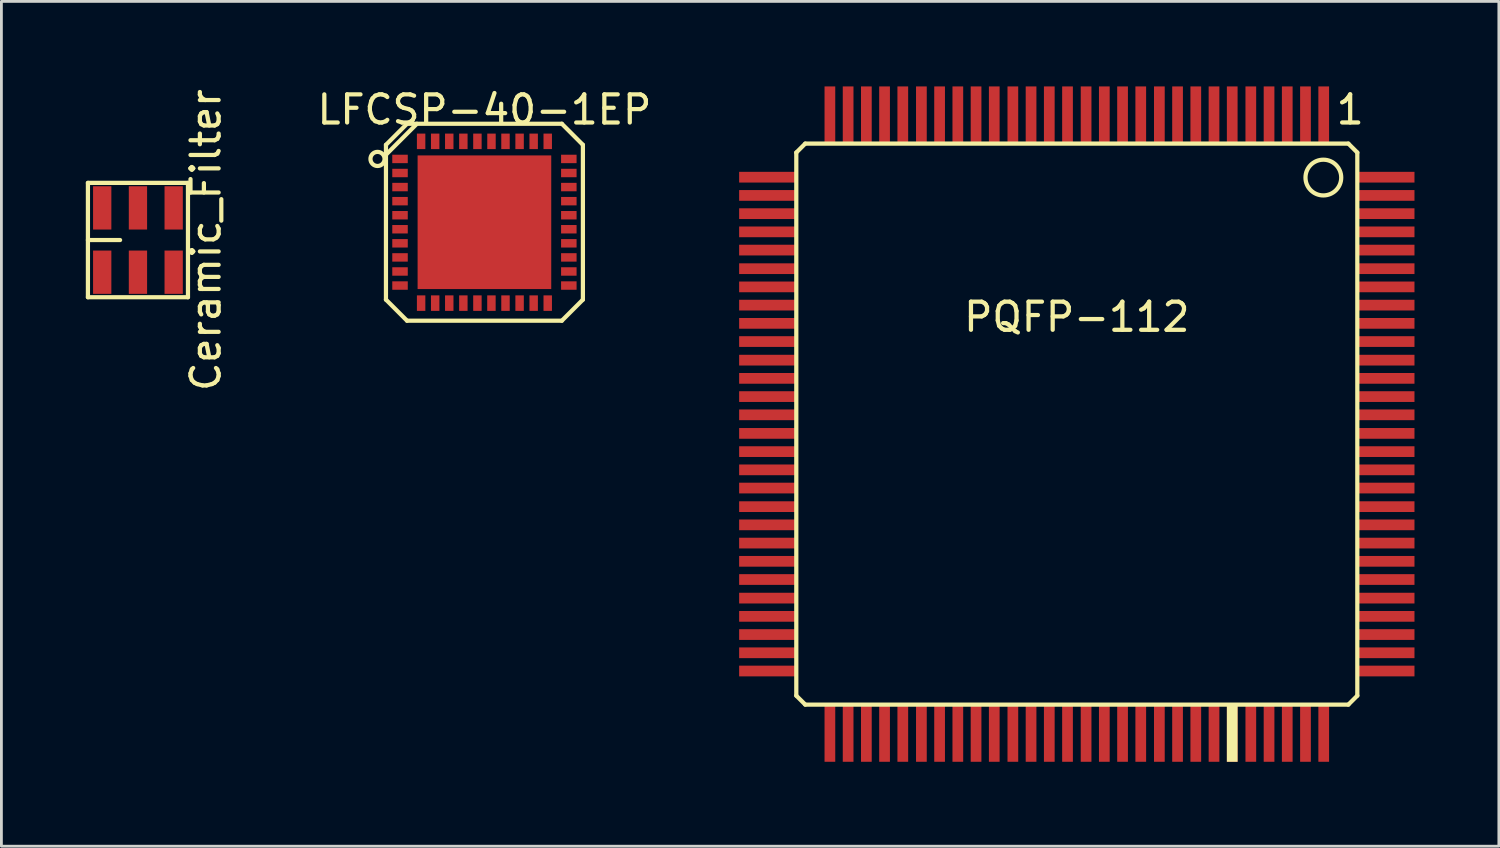
<source format=kicad_pcb>
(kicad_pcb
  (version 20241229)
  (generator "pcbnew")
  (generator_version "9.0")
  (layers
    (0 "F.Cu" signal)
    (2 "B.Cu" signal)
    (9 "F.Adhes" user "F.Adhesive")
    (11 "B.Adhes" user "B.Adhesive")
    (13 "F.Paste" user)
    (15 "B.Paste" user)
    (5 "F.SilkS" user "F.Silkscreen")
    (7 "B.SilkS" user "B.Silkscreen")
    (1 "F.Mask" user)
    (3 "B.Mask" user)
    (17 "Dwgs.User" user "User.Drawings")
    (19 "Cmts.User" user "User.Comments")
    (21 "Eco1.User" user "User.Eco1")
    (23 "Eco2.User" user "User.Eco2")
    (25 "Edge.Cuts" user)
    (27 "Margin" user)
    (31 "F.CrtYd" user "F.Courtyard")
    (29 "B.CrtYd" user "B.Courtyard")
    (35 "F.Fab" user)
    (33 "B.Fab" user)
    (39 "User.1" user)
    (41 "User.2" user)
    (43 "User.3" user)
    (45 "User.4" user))
  (footprint "PQFP-112"
    (layer "F.Cu")
    (at 35.223 12.024)
    (property "Reference" "PQFP-112" (at 0 -3.807 0) (layer "F.SilkS") (effects (font (size 1 1) (thickness 0.15))))
    (attr smd)
    (fp_line (start -9.97 -9.652) (end -9.97 9.652) (stroke (width 0.15) (type solid)) (layer "F.SilkS"))
    (fp_line (start -9.97 -9.652) (end -9.652 -9.97) (stroke (width 0.15) (type solid)) (layer "F.SilkS"))
    (fp_line (start -9.97 9.652) (end -9.652 9.97) (stroke (width 0.15) (type solid)) (layer "F.SilkS"))
    (fp_line (start -9.652 -9.97) (end 9.652 -9.97) (stroke (width 0.15) (type solid)) (layer "F.SilkS"))
    (fp_line (start 9.652 9.97) (end -9.652 9.97) (stroke (width 0.15) (type solid)) (layer "F.SilkS"))
    (fp_line (start 9.97 -9.652) (end 9.652 -9.97) (stroke (width 0.15) (type solid)) (layer "F.SilkS"))
    (fp_line (start 9.97 9.652) (end 9.652 9.97) (stroke (width 0.15) (type solid)) (layer "F.SilkS"))
    (fp_line (start 9.97 9.652) (end 9.97 -9.652) (stroke (width 0.15) (type solid)) (layer "F.SilkS"))
    (fp_circle (center 8.763 -8.763) (end 8.763 -8.128) (stroke (width 0.15) (type solid)) (fill no) (layer "F.SilkS"))
    (fp_text user "1" (at 9.716 -11.176 0) (layer "F.SilkS") (effects (font (size 1 1) (thickness 0.15))))
    (pad "1" smd rect (at 8.776 -10.986 90) (size 2.032 0.381) (layers "F.Cu" "F.Mask" "F.Paste"))
    (pad "2" smd rect (at 8.128 -10.986 90) (size 2.032 0.381) (layers "F.Cu" "F.Mask" "F.Paste"))
    (pad "3" smd rect (at 7.48 -10.986 90) (size 2.032 0.381) (layers "F.Cu" "F.Mask" "F.Paste"))
    (pad "4" smd rect (at 6.833 -10.986 90) (size 2.032 0.381) (layers "F.Cu" "F.Mask" "F.Paste"))
    (pad "5" smd rect (at 6.185 -10.986 90) (size 2.032 0.381) (layers "F.Cu" "F.Mask" "F.Paste"))
    (pad "6" smd rect (at 5.524 -10.986 90) (size 2.032 0.381) (layers "F.Cu" "F.Mask" "F.Paste"))
    (pad "7" smd rect (at 4.877 -10.986 90) (size 2.032 0.381) (layers "F.Cu" "F.Mask" "F.Paste"))
    (pad "8" smd rect (at 4.229 -10.986 90) (size 2.032 0.381) (layers "F.Cu" "F.Mask" "F.Paste"))
    (pad "9" smd rect (at 3.581 -10.986 90) (size 2.032 0.381) (layers "F.Cu" "F.Mask" "F.Paste"))
    (pad "10" smd rect (at 2.934 -10.986 90) (size 2.032 0.381) (layers "F.Cu" "F.Mask" "F.Paste"))
    (pad "11" smd rect (at 2.273 -10.986 90) (size 2.032 0.381) (layers "F.Cu" "F.Mask" "F.Paste"))
    (pad "12" smd rect (at 1.626 -10.986 90) (size 2.032 0.381) (layers "F.Cu" "F.Mask" "F.Paste"))
    (pad "13" smd rect (at 0.978 -10.986 90) (size 2.032 0.381) (layers "F.Cu" "F.Mask" "F.Paste"))
    (pad "14" smd rect (at 0.33 -10.986 90) (size 2.032 0.381) (layers "F.Cu" "F.Mask" "F.Paste"))
    (pad "15" smd rect (at -0.33 -10.986 90) (size 2.032 0.381) (layers "F.Cu" "F.Mask" "F.Paste"))
    (pad "16" smd rect (at -0.978 -10.986 90) (size 2.032 0.381) (layers "F.Cu" "F.Mask" "F.Paste"))
    (pad "17" smd rect (at -1.626 -10.986 90) (size 2.032 0.381) (layers "F.Cu" "F.Mask" "F.Paste"))
    (pad "18" smd rect (at -2.273 -10.986 90) (size 2.032 0.381) (layers "F.Cu" "F.Mask" "F.Paste"))
    (pad "19" smd rect (at -2.934 -10.986 90) (size 2.032 0.381) (layers "F.Cu" "F.Mask" "F.Paste"))
    (pad "20" smd rect (at -3.581 -10.986 90) (size 2.032 0.381) (layers "F.Cu" "F.Mask" "F.Paste"))
    (pad "21" smd rect (at -4.229 -10.986 90) (size 2.032 0.381) (layers "F.Cu" "F.Mask" "F.Paste"))
    (pad "22" smd rect (at -4.877 -10.986 90) (size 2.032 0.381) (layers "F.Cu" "F.Mask" "F.Paste"))
    (pad "23" smd rect (at -5.524 -10.986 90) (size 2.032 0.381) (layers "F.Cu" "F.Mask" "F.Paste"))
    (pad "24" smd rect (at -6.185 -10.986 90) (size 2.032 0.381) (layers "F.Cu" "F.Mask" "F.Paste"))
    (pad "25" smd rect (at -6.833 -10.986 90) (size 2.032 0.381) (layers "F.Cu" "F.Mask" "F.Paste"))
    (pad "26" smd rect (at -7.48 -10.986 90) (size 2.032 0.381) (layers "F.Cu" "F.Mask" "F.Paste"))
    (pad "27" smd rect (at -8.128 -10.986 90) (size 2.032 0.381) (layers "F.Cu" "F.Mask" "F.Paste"))
    (pad "28" smd rect (at -8.776 -10.986 90) (size 2.032 0.381) (layers "F.Cu" "F.Mask" "F.Paste"))
    (pad "29" smd rect (at -10.986 -8.776) (size 2.032 0.381) (layers "F.Cu" "F.Mask" "F.Paste"))
    (pad "30" smd rect (at -10.986 -8.128) (size 2.032 0.381) (layers "F.Cu" "F.Mask" "F.Paste"))
    (pad "31" smd rect (at -10.986 -7.48) (size 2.032 0.381) (layers "F.Cu" "F.Mask" "F.Paste"))
    (pad "32" smd rect (at -10.986 -6.833) (size 2.032 0.381) (layers "F.Cu" "F.Mask" "F.Paste"))
    (pad "33" smd rect (at -10.986 -6.185) (size 2.032 0.381) (layers "F.Cu" "F.Mask" "F.Paste"))
    (pad "34" smd rect (at -10.986 -5.524) (size 2.032 0.381) (layers "F.Cu" "F.Mask" "F.Paste"))
    (pad "35" smd rect (at -10.986 -4.877) (size 2.032 0.381) (layers "F.Cu" "F.Mask" "F.Paste"))
    (pad "36" smd rect (at -10.986 -4.229) (size 2.032 0.381) (layers "F.Cu" "F.Mask" "F.Paste"))
    (pad "37" smd rect (at -10.986 -3.581) (size 2.032 0.381) (layers "F.Cu" "F.Mask" "F.Paste"))
    (pad "38" smd rect (at -10.986 -2.934) (size 2.032 0.381) (layers "F.Cu" "F.Mask" "F.Paste"))
    (pad "39" smd rect (at -10.986 -2.273) (size 2.032 0.381) (layers "F.Cu" "F.Mask" "F.Paste"))
    (pad "40" smd rect (at -10.986 -1.626) (size 2.032 0.381) (layers "F.Cu" "F.Mask" "F.Paste"))
    (pad "41" smd rect (at -10.986 -0.978) (size 2.032 0.381) (layers "F.Cu" "F.Mask" "F.Paste"))
    (pad "42" smd rect (at -10.986 -0.33) (size 2.032 0.381) (layers "F.Cu" "F.Mask" "F.Paste"))
    (pad "43" smd rect (at -10.986 0.33) (size 2.032 0.381) (layers "F.Cu" "F.Mask" "F.Paste"))
    (pad "44" smd rect (at -10.986 0.978) (size 2.032 0.381) (layers "F.Cu" "F.Mask" "F.Paste"))
    (pad "45" smd rect (at -10.986 1.626) (size 2.032 0.381) (layers "F.Cu" "F.Mask" "F.Paste"))
    (pad "46" smd rect (at -10.986 2.273) (size 2.032 0.381) (layers "F.Cu" "F.Mask" "F.Paste"))
    (pad "47" smd rect (at -10.986 2.934) (size 2.032 0.381) (layers "F.Cu" "F.Mask" "F.Paste"))
    (pad "48" smd rect (at -10.986 3.581) (size 2.032 0.381) (layers "F.Cu" "F.Mask" "F.Paste"))
    (pad "49" smd rect (at -10.986 4.229) (size 2.032 0.381) (layers "F.Cu" "F.Mask" "F.Paste"))
    (pad "50" smd rect (at -10.986 4.877) (size 2.032 0.381) (layers "F.Cu" "F.Mask" "F.Paste"))
    (pad "51" smd rect (at -10.986 5.524) (size 2.032 0.381) (layers "F.Cu" "F.Mask" "F.Paste"))
    (pad "52" smd rect (at -10.986 6.185) (size 2.032 0.381) (layers "F.Cu" "F.Mask" "F.Paste"))
    (pad "53" smd rect (at -10.986 6.833) (size 2.032 0.381) (layers "F.Cu" "F.Mask" "F.Paste"))
    (pad "54" smd rect (at -10.986 7.48) (size 2.032 0.381) (layers "F.Cu" "F.Mask" "F.Paste"))
    (pad "55" smd rect (at -10.986 8.128) (size 2.032 0.381) (layers "F.Cu" "F.Mask" "F.Paste"))
    (pad "56" smd rect (at -10.986 8.776) (size 2.032 0.381) (layers "F.Cu" "F.Mask" "F.Paste"))
    (pad "57" smd rect (at -8.776 10.986 90) (size 2.032 0.381) (layers "F.Cu" "F.Mask" "F.Paste"))
    (pad "58" smd rect (at -8.128 10.986 90) (size 2.032 0.381) (layers "F.Cu" "F.Mask" "F.Paste"))
    (pad "59" smd rect (at -7.48 10.986 90) (size 2.032 0.381) (layers "F.Cu" "F.Mask" "F.Paste"))
    (pad "60" smd rect (at -6.833 10.986 90) (size 2.032 0.381) (layers "F.Cu" "F.Mask" "F.Paste"))
    (pad "61" smd rect (at -6.185 10.986 90) (size 2.032 0.381) (layers "F.Cu" "F.Mask" "F.Paste"))
    (pad "62" smd rect (at -5.524 10.986 90) (size 2.032 0.381) (layers "F.Cu" "F.Mask" "F.Paste"))
    (pad "63" smd rect (at -4.877 10.986 90) (size 2.032 0.381) (layers "F.Cu" "F.Mask" "F.Paste"))
    (pad "64" smd rect (at -4.229 10.986 90) (size 2.032 0.381) (layers "F.Cu" "F.Mask" "F.Paste"))
    (pad "65" smd rect (at -3.581 10.986 90) (size 2.032 0.381) (layers "F.Cu" "F.Mask" "F.Paste"))
    (pad "66" smd rect (at -2.934 10.986 90) (size 2.032 0.381) (layers "F.Cu" "F.Mask" "F.Paste"))
    (pad "67" smd rect (at -2.273 10.986 90) (size 2.032 0.381) (layers "F.Cu" "F.Mask" "F.Paste"))
    (pad "68" smd rect (at -1.626 10.986 90) (size 2.032 0.381) (layers "F.Cu" "F.Mask" "F.Paste"))
    (pad "69" smd rect (at -0.978 10.986 90) (size 2.032 0.381) (layers "F.Cu" "F.Mask" "F.Paste"))
    (pad "70" smd rect (at -0.33 10.986 90) (size 2.032 0.381) (layers "F.Cu" "F.Mask" "F.Paste"))
    (pad "71" smd rect (at 0.33 10.986 90) (size 2.032 0.381) (layers "F.Cu" "F.Mask" "F.Paste"))
    (pad "72" smd rect (at 0.978 10.986 90) (size 2.032 0.381) (layers "F.Cu" "F.Mask" "F.Paste"))
    (pad "73" smd rect (at 1.626 10.986 90) (size 2.032 0.381) (layers "F.Cu" "F.Mask" "F.Paste"))
    (pad "74" smd rect (at 2.273 10.986 90) (size 2.032 0.381) (layers "F.Cu" "F.Mask" "F.Paste"))
    (pad "75" smd rect (at 2.934 10.986 90) (size 2.032 0.381) (layers "F.Cu" "F.Mask" "F.Paste"))
    (pad "76" smd rect (at 3.581 10.986 90) (size 2.032 0.381) (layers "F.Cu" "F.Mask" "F.Paste"))
    (pad "77" smd rect (at 4.229 10.986 90) (size 2.032 0.381) (layers "F.Cu" "F.Mask" "F.Paste"))
    (pad "78" smd rect (at 4.877 10.986 90) (size 2.032 0.381) (layers "F.Cu" "F.Mask" "F.Paste"))
    (pad "79" smd rect (at 5.524 10.986 90) (size 2.032 0.381) (layers "F.Cu" "F.Mask" "F.SilkS" "F.Paste"))
    (pad "80" smd rect (at 6.185 10.986 90) (size 2.032 0.381) (layers "F.Cu" "F.Mask" "F.Paste"))
    (pad "81" smd rect (at 6.833 10.986 90) (size 2.032 0.381) (layers "F.Cu" "F.Mask" "F.Paste"))
    (pad "82" smd rect (at 7.48 10.986 90) (size 2.032 0.381) (layers "F.Cu" "F.Mask" "F.Paste"))
    (pad "83" smd rect (at 8.128 10.986 90) (size 2.032 0.381) (layers "F.Cu" "F.Mask" "F.Paste"))
    (pad "84" smd rect (at 8.776 10.986 90) (size 2.032 0.381) (layers "F.Cu" "F.Mask" "F.Paste"))
    (pad "85" smd rect (at 10.986 8.776) (size 2.032 0.381) (layers "F.Cu" "F.Mask" "F.Paste"))
    (pad "86" smd rect (at 10.986 8.128) (size 2.032 0.381) (layers "F.Cu" "F.Mask" "F.Paste"))
    (pad "87" smd rect (at 10.986 7.48) (size 2.032 0.381) (layers "F.Cu" "F.Mask" "F.Paste"))
    (pad "88" smd rect (at 10.986 6.833) (size 2.032 0.381) (layers "F.Cu" "F.Mask" "F.Paste"))
    (pad "89" smd rect (at 10.986 6.185) (size 2.032 0.381) (layers "F.Cu" "F.Mask" "F.Paste"))
    (pad "90" smd rect (at 10.986 5.524) (size 2.032 0.381) (layers "F.Cu" "F.Mask" "F.Paste"))
    (pad "91" smd rect (at 10.986 4.877) (size 2.032 0.381) (layers "F.Cu" "F.Mask" "F.Paste"))
    (pad "92" smd rect (at 10.986 4.229) (size 2.032 0.381) (layers "F.Cu" "F.Mask" "F.Paste"))
    (pad "93" smd rect (at 10.986 3.581) (size 2.032 0.381) (layers "F.Cu" "F.Mask" "F.Paste"))
    (pad "94" smd rect (at 10.986 2.934) (size 2.032 0.381) (layers "F.Cu" "F.Mask" "F.Paste"))
    (pad "95" smd rect (at 10.986 2.273) (size 2.032 0.381) (layers "F.Cu" "F.Mask" "F.Paste"))
    (pad "96" smd rect (at 10.986 1.626) (size 2.032 0.381) (layers "F.Cu" "F.Mask" "F.Paste"))
    (pad "97" smd rect (at 10.986 0.978) (size 2.032 0.381) (layers "F.Cu" "F.Mask" "F.Paste"))
    (pad "98" smd rect (at 10.986 0.33) (size 2.032 0.381) (layers "F.Cu" "F.Mask" "F.Paste"))
    (pad "99" smd rect (at 10.986 -0.33) (size 2.032 0.381) (layers "F.Cu" "F.Mask" "F.Paste"))
    (pad "100" smd rect (at 10.986 -0.978) (size 2.032 0.381) (layers "F.Cu" "F.Mask" "F.Paste"))
    (pad "101" smd rect (at 10.986 -1.626) (size 2.032 0.381) (layers "F.Cu" "F.Mask" "F.Paste"))
    (pad "102" smd rect (at 10.986 -2.273) (size 2.032 0.381) (layers "F.Cu" "F.Mask" "F.Paste"))
    (pad "103" smd rect (at 10.986 -2.934) (size 2.032 0.381) (layers "F.Cu" "F.Mask" "F.Paste"))
    (pad "104" smd rect (at 10.986 -3.581) (size 2.032 0.381) (layers "F.Cu" "F.Mask" "F.Paste"))
    (pad "105" smd rect (at 10.986 -4.229) (size 2.032 0.381) (layers "F.Cu" "F.Mask" "F.Paste"))
    (pad "106" smd rect (at 10.986 -4.877) (size 2.032 0.381) (layers "F.Cu" "F.Mask" "F.Paste"))
    (pad "107" smd rect (at 10.986 -5.524) (size 2.032 0.381) (layers "F.Cu" "F.Mask" "F.Paste"))
    (pad "108" smd rect (at 10.986 -6.185) (size 2.032 0.381) (layers "F.Cu" "F.Mask" "F.Paste"))
    (pad "109" smd rect (at 10.986 -6.833) (size 2.032 0.381) (layers "F.Cu" "F.Mask" "F.Paste"))
    (pad "110" smd rect (at 10.986 -7.48) (size 2.032 0.381) (layers "F.Cu" "F.Mask" "F.Paste"))
    (pad "111" smd rect (at 10.986 -8.128) (size 2.032 0.381) (layers "F.Cu" "F.Mask" "F.Paste"))
    (pad "112" smd rect (at 10.986 -8.776) (size 2.032 0.381) (layers "F.Cu" "F.Mask" "F.Paste")))
  (footprint "LFCSP-40-1EP"
    (layer "F.Cu")
    (at 14.168 4.849)
    (property "Reference" "LFCSP-40-1EP" (at 0 -4 0) (layer "F.SilkS") (effects (font (size 1 1) (thickness 0.15))))
    (attr smd)
    (fp_line (start -3.5 -2.751) (end -2.751 -3.5) (stroke (width 0.15) (type solid)) (layer "F.SilkS"))
    (fp_line (start -3.5 -2.4) (end -2.4 -3.5) (stroke (width 0.15) (type solid)) (layer "F.SilkS"))
    (fp_line (start -3.5 2.751) (end -3.5 -2.751) (stroke (width 0.15) (type solid)) (layer "F.SilkS"))
    (fp_line (start -2.751 -3.5) (end 2.751 -3.5) (stroke (width 0.15) (type solid)) (layer "F.SilkS"))
    (fp_line (start -2.751 3.5) (end -3.5 2.751) (stroke (width 0.15) (type solid)) (layer "F.SilkS"))
    (fp_line (start 2.751 -3.5) (end 3.5 -2.751) (stroke (width 0.15) (type solid)) (layer "F.SilkS"))
    (fp_line (start 2.751 3.5) (end -2.751 3.5) (stroke (width 0.15) (type solid)) (layer "F.SilkS"))
    (fp_line (start 2.751 3.5) (end 3.5 2.751) (stroke (width 0.15) (type solid)) (layer "F.SilkS"))
    (fp_line (start 3.5 -2.751) (end 3.5 2.751) (stroke (width 0.15) (type solid)) (layer "F.SilkS"))
    (fp_circle (center -3.8 -2.25) (end -4.051 -2.25) (stroke (width 0.15) (type solid)) (fill no) (layer "F.SilkS"))
    (pad "1" smd rect (at -3 -2.25 270) (size 0.3 0.551) (layers "F.Cu" "F.Mask" "F.Paste"))
    (pad "2" smd rect (at -3 -1.75 270) (size 0.3 0.551) (layers "F.Cu" "F.Mask" "F.Paste"))
    (pad "3" smd rect (at -3 -1.25 270) (size 0.3 0.551) (layers "F.Cu" "F.Mask" "F.Paste"))
    (pad "4" smd rect (at -3 -0.749 270) (size 0.3 0.551) (layers "F.Cu" "F.Mask" "F.Paste"))
    (pad "5" smd rect (at -3 -0.249 270) (size 0.3 0.551) (layers "F.Cu" "F.Mask" "F.Paste"))
    (pad "6" smd rect (at -3 0.249 270) (size 0.3 0.551) (layers "F.Cu" "F.Mask" "F.Paste"))
    (pad "7" smd rect (at -3 0.749 270) (size 0.3 0.551) (layers "F.Cu" "F.Mask" "F.Paste"))
    (pad "8" smd rect (at -3 1.25 270) (size 0.3 0.551) (layers "F.Cu" "F.Mask" "F.Paste"))
    (pad "9" smd rect (at -3 1.75 270) (size 0.3 0.551) (layers "F.Cu" "F.Mask" "F.Paste"))
    (pad "10" smd rect (at -3 2.25 270) (size 0.3 0.551) (layers "F.Cu" "F.Mask" "F.Paste"))
    (pad "11" smd rect (at -2.25 2.875) (size 0.3 0.551) (layers "F.Cu" "F.Mask" "F.Paste"))
    (pad "12" smd rect (at -1.75 2.875) (size 0.3 0.551) (layers "F.Cu" "F.Mask" "F.Paste"))
    (pad "13" smd rect (at -1.25 2.875) (size 0.3 0.551) (layers "F.Cu" "F.Mask" "F.Paste"))
    (pad "14" smd rect (at -0.749 2.875) (size 0.3 0.551) (layers "F.Cu" "F.Mask" "F.Paste"))
    (pad "15" smd rect (at -0.249 2.875) (size 0.3 0.551) (layers "F.Cu" "F.Mask" "F.Paste"))
    (pad "16" smd rect (at 0.249 2.875) (size 0.3 0.551) (layers "F.Cu" "F.Mask" "F.Paste"))
    (pad "17" smd rect (at 0.749 2.875) (size 0.3 0.551) (layers "F.Cu" "F.Mask" "F.Paste"))
    (pad "18" smd rect (at 1.25 2.875) (size 0.3 0.551) (layers "F.Cu" "F.Mask" "F.Paste"))
    (pad "19" smd rect (at 1.75 2.875) (size 0.3 0.551) (layers "F.Cu" "F.Mask" "F.Paste"))
    (pad "20" smd rect (at 2.25 2.875) (size 0.3 0.551) (layers "F.Cu" "F.Mask" "F.Paste"))
    (pad "21" smd rect (at 3 2.25 270) (size 0.3 0.551) (layers "F.Cu" "F.Mask" "F.Paste"))
    (pad "22" smd rect (at 3 1.75 270) (size 0.3 0.551) (layers "F.Cu" "F.Mask" "F.Paste"))
    (pad "23" smd rect (at 3 1.25 270) (size 0.3 0.551) (layers "F.Cu" "F.Mask" "F.Paste"))
    (pad "24" smd rect (at 3 0.749 270) (size 0.3 0.551) (layers "F.Cu" "F.Mask" "F.Paste"))
    (pad "25" smd rect (at 3 0.249 270) (size 0.3 0.551) (layers "F.Cu" "F.Mask" "F.Paste"))
    (pad "26" smd rect (at 3 -0.249 270) (size 0.3 0.551) (layers "F.Cu" "F.Mask" "F.Paste"))
    (pad "27" smd rect (at 3 -0.749 270) (size 0.3 0.551) (layers "F.Cu" "F.Mask" "F.Paste"))
    (pad "28" smd rect (at 3 -1.25 270) (size 0.3 0.551) (layers "F.Cu" "F.Mask" "F.Paste"))
    (pad "29" smd rect (at 3 -1.75 270) (size 0.3 0.551) (layers "F.Cu" "F.Mask" "F.Paste"))
    (pad "30" smd rect (at 3 -2.25 270) (size 0.3 0.551) (layers "F.Cu" "F.Mask" "F.Paste"))
    (pad "31" smd rect (at 2.25 -2.875) (size 0.3 0.551) (layers "F.Cu" "F.Mask" "F.Paste"))
    (pad "32" smd rect (at 1.75 -2.875) (size 0.3 0.551) (layers "F.Cu" "F.Mask" "F.Paste"))
    (pad "33" smd rect (at 1.25 -2.875) (size 0.3 0.551) (layers "F.Cu" "F.Mask" "F.Paste"))
    (pad "34" smd rect (at 0.749 -2.875) (size 0.3 0.551) (layers "F.Cu" "F.Mask" "F.Paste"))
    (pad "35" smd rect (at 0.251 -2.875) (size 0.3 0.551) (layers "F.Cu" "F.Mask" "F.Paste"))
    (pad "36" smd rect (at -0.249 -2.875) (size 0.3 0.551) (layers "F.Cu" "F.Mask" "F.Paste"))
    (pad "37" smd rect (at -0.749 -2.875) (size 0.3 0.551) (layers "F.Cu" "F.Mask" "F.Paste"))
    (pad "38" smd rect (at -1.25 -2.875) (size 0.3 0.551) (layers "F.Cu" "F.Mask" "F.Paste"))
    (pad "39" smd rect (at -1.75 -2.875) (size 0.3 0.551) (layers "F.Cu" "F.Mask" "F.Paste"))
    (pad "40" smd rect (at -2.25 -2.875) (size 0.3 0.551) (layers "F.Cu" "F.Mask" "F.Paste"))
    (pad "41" smd rect (at 0 0) (size 4.75 4.75) (layers "F.Cu" "F.Mask" "F.Paste")))
  (footprint "Ceramic_Filter"
    (layer "F.Cu")
    (at 1.853 5.482)
    (property "Reference" "Ceramic_Filter" (at 2.413 0 90) (layer "F.SilkS") (effects (font (size 1 1) (thickness 0.15))))
    (attr smd)
    (fp_line (start -1.778 -2.032) (end 1.778 -2.032) (stroke (width 0.15) (type solid)) (layer "F.SilkS"))
    (fp_line (start -1.778 0) (end -0.635 0) (stroke (width 0.15) (type solid)) (layer "F.SilkS"))
    (fp_line (start -1.778 2.032) (end -1.778 -2.032) (stroke (width 0.15) (type solid)) (layer "F.SilkS"))
    (fp_line (start 1.778 -2.032) (end 1.778 2.032) (stroke (width 0.15) (type solid)) (layer "F.SilkS"))
    (fp_line (start 1.778 2.032) (end -1.778 2.032) (stroke (width 0.15) (type solid)) (layer "F.SilkS"))
    (pad "1" smd rect (at -1.27 1.143) (size 0.65 1.539) (layers "F.Cu" "F.Mask" "F.Paste"))
    (pad "2" smd rect (at 0 1.143) (size 0.65 1.539) (layers "F.Cu" "F.Mask" "F.Paste"))
    (pad "3" smd rect (at 1.27 1.143) (size 0.65 1.539) (layers "F.Cu" "F.Mask" "F.Paste"))
    (pad "4" smd rect (at 1.27 -1.143) (size 0.65 1.539) (layers "F.Cu" "F.Mask" "F.Paste"))
    (pad "5" smd rect (at 0 -1.143) (size 0.65 1.539) (layers "F.Cu" "F.Mask" "F.Paste"))
    (pad "6" smd rect (at -1.27 -1.143) (size 0.65 1.539) (layers "F.Cu" "F.Mask" "F.Paste")))
  (gr_rect
    (start -3 -3)
    (end 50.224 27.026)
    (stroke (width 0.1) (type default))
    (fill no)
    (layer "Edge.Cuts")))
</source>
